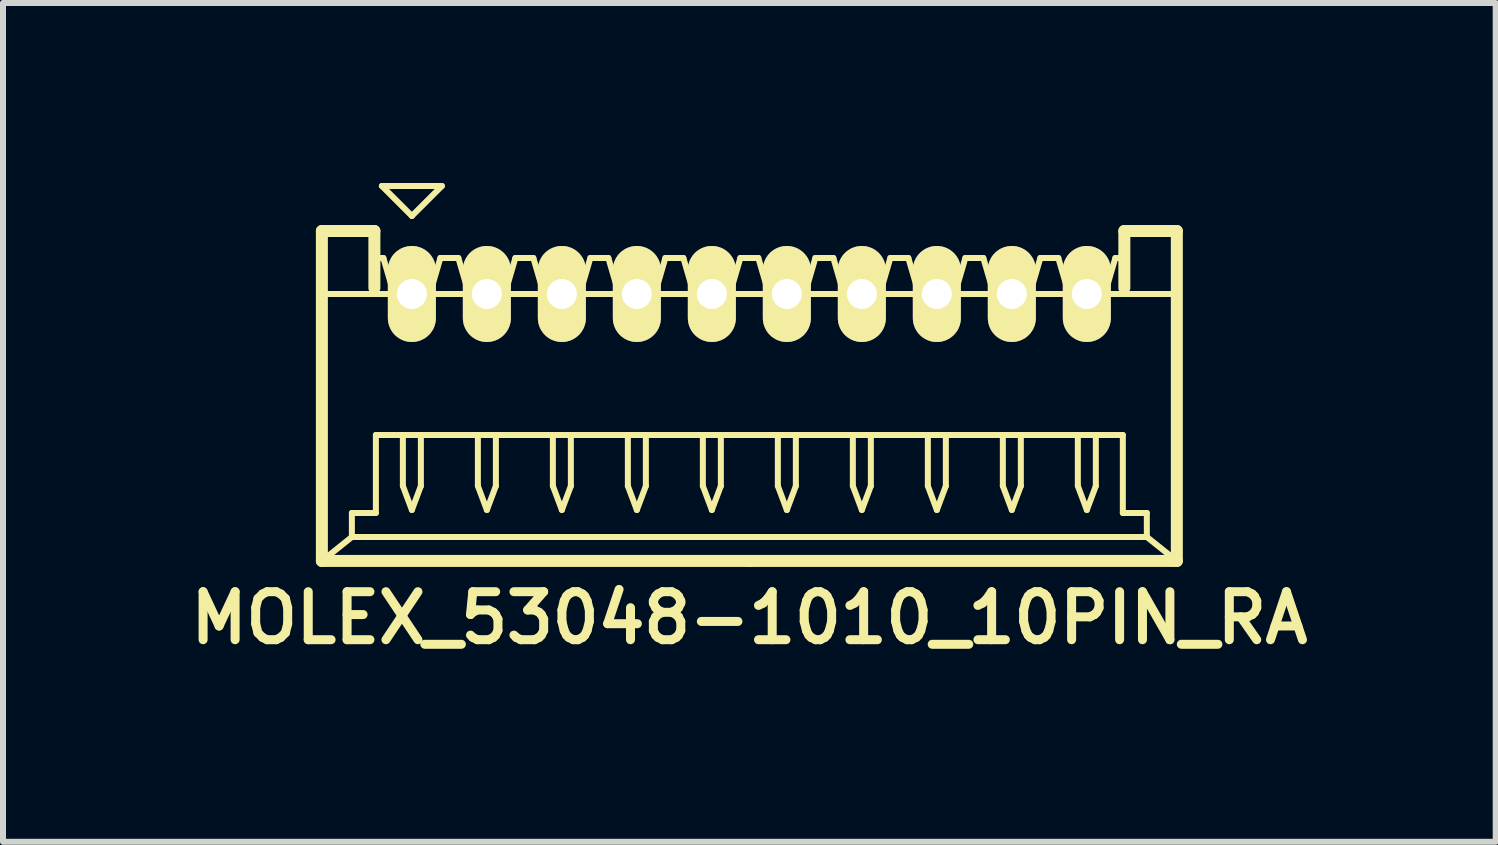
<source format=kicad_pcb>
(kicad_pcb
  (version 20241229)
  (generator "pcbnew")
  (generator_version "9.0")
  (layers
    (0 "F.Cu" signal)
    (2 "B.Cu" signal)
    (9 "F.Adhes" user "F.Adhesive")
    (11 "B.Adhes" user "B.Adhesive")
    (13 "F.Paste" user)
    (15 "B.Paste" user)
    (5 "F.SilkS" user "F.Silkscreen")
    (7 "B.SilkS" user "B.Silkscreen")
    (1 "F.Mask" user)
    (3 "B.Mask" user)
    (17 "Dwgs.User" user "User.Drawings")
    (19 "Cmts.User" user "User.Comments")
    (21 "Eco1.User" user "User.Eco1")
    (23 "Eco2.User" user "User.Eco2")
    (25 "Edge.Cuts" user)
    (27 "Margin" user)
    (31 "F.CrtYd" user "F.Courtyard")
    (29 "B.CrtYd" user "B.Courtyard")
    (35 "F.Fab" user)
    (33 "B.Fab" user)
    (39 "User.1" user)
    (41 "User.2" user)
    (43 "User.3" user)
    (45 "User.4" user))
  (footprint "MOLEX_53048-1010_10PIN_RA"
    (layer "F.Cu")
    (at 9.44 3.55)
    (property "Reference" "MOLEX_53048-1010_10PIN_RA" (at 0 3.7 0) (layer "F.SilkS") (effects (font (size 0.8 0.8) (thickness 0.15))))
    (attr through_hole)
    (fp_line (start -7.125 -2.75) (end -6.25 -2.75) (stroke (width 0.2) (type solid)) (layer "F.SilkS"))
    (fp_line (start -7.125 -1.7) (end 7.125 -1.7) (stroke (width 0.1) (type solid)) (layer "F.SilkS"))
    (fp_line (start -7.125 2.75) (end -7.125 -2.75) (stroke (width 0.2) (type solid)) (layer "F.SilkS"))
    (fp_line (start -6.625 1.95) (end -6.625 2.35) (stroke (width 0.1) (type solid)) (layer "F.SilkS"))
    (fp_line (start -6.625 2.35) (end -7.125 2.75) (stroke (width 0.1) (type solid)) (layer "F.SilkS"))
    (fp_line (start -6.625 2.35) (end 0 2.35) (stroke (width 0.1) (type solid)) (layer "F.SilkS"))
    (fp_line (start -6.25 -2.75) (end -6.25 -1.8) (stroke (width 0.2) (type solid)) (layer "F.SilkS"))
    (fp_line (start -6.25 -2.3) (end -6.1 -2.3) (stroke (width 0.1) (type solid)) (layer "F.SilkS"))
    (fp_line (start -6.225 0.65) (end -6.225 1.95) (stroke (width 0.1) (type solid)) (layer "F.SilkS"))
    (fp_line (start -6.225 1.95) (end -6.625 1.95) (stroke (width 0.1) (type solid)) (layer "F.SilkS"))
    (fp_line (start -6.125 -3.5) (end -5.625 -3) (stroke (width 0.1) (type solid)) (layer "F.SilkS"))
    (fp_line (start -6.1 -2.3) (end -5.925 -1.7) (stroke (width 0.1) (type solid)) (layer "F.SilkS"))
    (fp_line (start -5.925 -1.7) (end -5.325 -1.7) (stroke (width 0.1) (type solid)) (layer "F.SilkS"))
    (fp_line (start -5.775 0.65) (end -5.775 1.5) (stroke (width 0.1) (type solid)) (layer "F.SilkS"))
    (fp_line (start -5.775 1.5) (end -5.625 1.9) (stroke (width 0.1) (type solid)) (layer "F.SilkS"))
    (fp_line (start -5.625 -3) (end -5.125 -3.5) (stroke (width 0.1) (type solid)) (layer "F.SilkS"))
    (fp_line (start -5.625 1.9) (end -5.475 1.5) (stroke (width 0.1) (type solid)) (layer "F.SilkS"))
    (fp_line (start -5.475 1.5) (end -5.475 0.65) (stroke (width 0.1) (type solid)) (layer "F.SilkS"))
    (fp_line (start -5.325 -1.7) (end -5.15 -2.3) (stroke (width 0.1) (type solid)) (layer "F.SilkS"))
    (fp_line (start -5.15 -2.3) (end -5 -2.3) (stroke (width 0.1) (type solid)) (layer "F.SilkS"))
    (fp_line (start -5.125 -3.5) (end -6.125 -3.5) (stroke (width 0.1) (type solid)) (layer "F.SilkS"))
    (fp_line (start -5 -2.3) (end -4.85 -2.3) (stroke (width 0.1) (type solid)) (layer "F.SilkS"))
    (fp_line (start -4.85 -2.3) (end -4.675 -1.7) (stroke (width 0.1) (type solid)) (layer "F.SilkS"))
    (fp_line (start -4.675 -1.7) (end -4.075 -1.7) (stroke (width 0.1) (type solid)) (layer "F.SilkS"))
    (fp_line (start -4.525 0.65) (end -4.525 1.5) (stroke (width 0.1) (type solid)) (layer "F.SilkS"))
    (fp_line (start -4.525 1.5) (end -4.375 1.9) (stroke (width 0.1) (type solid)) (layer "F.SilkS"))
    (fp_line (start -4.375 1.9) (end -4.225 1.5) (stroke (width 0.1) (type solid)) (layer "F.SilkS"))
    (fp_line (start -4.225 1.5) (end -4.225 0.65) (stroke (width 0.1) (type solid)) (layer "F.SilkS"))
    (fp_line (start -4.075 -1.7) (end -3.9 -2.3) (stroke (width 0.1) (type solid)) (layer "F.SilkS"))
    (fp_line (start -3.9 -2.3) (end -3.75 -2.3) (stroke (width 0.1) (type solid)) (layer "F.SilkS"))
    (fp_line (start -3.75 -2.3) (end -3.6 -2.3) (stroke (width 0.1) (type solid)) (layer "F.SilkS"))
    (fp_line (start -3.6 -2.3) (end -3.425 -1.7) (stroke (width 0.1) (type solid)) (layer "F.SilkS"))
    (fp_line (start -3.425 -1.7) (end -2.825 -1.7) (stroke (width 0.1) (type solid)) (layer "F.SilkS"))
    (fp_line (start -3.275 0.65) (end -3.275 1.5) (stroke (width 0.1) (type solid)) (layer "F.SilkS"))
    (fp_line (start -3.275 1.5) (end -3.125 1.9) (stroke (width 0.1) (type solid)) (layer "F.SilkS"))
    (fp_line (start -3.125 1.9) (end -2.975 1.5) (stroke (width 0.1) (type solid)) (layer "F.SilkS"))
    (fp_line (start -2.975 1.5) (end -2.975 0.65) (stroke (width 0.1) (type solid)) (layer "F.SilkS"))
    (fp_line (start -2.825 -1.7) (end -2.65 -2.3) (stroke (width 0.1) (type solid)) (layer "F.SilkS"))
    (fp_line (start -2.65 -2.3) (end -2.5 -2.3) (stroke (width 0.1) (type solid)) (layer "F.SilkS"))
    (fp_line (start -2.5 -2.3) (end -2.35 -2.3) (stroke (width 0.1) (type solid)) (layer "F.SilkS"))
    (fp_line (start -2.35 -2.3) (end -2.175 -1.7) (stroke (width 0.1) (type solid)) (layer "F.SilkS"))
    (fp_line (start -2.175 -1.7) (end -1.575 -1.7) (stroke (width 0.1) (type solid)) (layer "F.SilkS"))
    (fp_line (start -2.025 0.65) (end -2.025 1.5) (stroke (width 0.1) (type solid)) (layer "F.SilkS"))
    (fp_line (start -2.025 1.5) (end -1.875 1.9) (stroke (width 0.1) (type solid)) (layer "F.SilkS"))
    (fp_line (start -1.875 1.9) (end -1.725 1.5) (stroke (width 0.1) (type solid)) (layer "F.SilkS"))
    (fp_line (start -1.725 1.5) (end -1.725 0.65) (stroke (width 0.1) (type solid)) (layer "F.SilkS"))
    (fp_line (start -1.575 -1.7) (end -1.4 -2.3) (stroke (width 0.1) (type solid)) (layer "F.SilkS"))
    (fp_line (start -1.4 -2.3) (end -1.25 -2.3) (stroke (width 0.1) (type solid)) (layer "F.SilkS"))
    (fp_line (start -1.25 -2.3) (end -1.1 -2.3) (stroke (width 0.1) (type solid)) (layer "F.SilkS"))
    (fp_line (start -1.1 -2.3) (end -0.925 -1.7) (stroke (width 0.1) (type solid)) (layer "F.SilkS"))
    (fp_line (start -0.925 -1.7) (end -0.325 -1.7) (stroke (width 0.1) (type solid)) (layer "F.SilkS"))
    (fp_line (start -0.775 0.65) (end -0.775 1.5) (stroke (width 0.1) (type solid)) (layer "F.SilkS"))
    (fp_line (start -0.775 1.5) (end -0.625 1.9) (stroke (width 0.1) (type solid)) (layer "F.SilkS"))
    (fp_line (start -0.625 1.9) (end -0.475 1.5) (stroke (width 0.1) (type solid)) (layer "F.SilkS"))
    (fp_line (start -0.475 1.5) (end -0.475 0.65) (stroke (width 0.1) (type solid)) (layer "F.SilkS"))
    (fp_line (start -0.325 -1.7) (end -0.15 -2.3) (stroke (width 0.1) (type solid)) (layer "F.SilkS"))
    (fp_line (start -0.15 -2.3) (end 0 -2.3) (stroke (width 0.1) (type solid)) (layer "F.SilkS"))
    (fp_line (start 0 -2.3) (end 0.15 -2.3) (stroke (width 0.1) (type solid)) (layer "F.SilkS"))
    (fp_line (start 0 0.65) (end -6.225 0.65) (stroke (width 0.1) (type solid)) (layer "F.SilkS"))
    (fp_line (start 0 0.65) (end 6.225 0.65) (stroke (width 0.1) (type solid)) (layer "F.SilkS"))
    (fp_line (start 0 2.75) (end -7.125 2.75) (stroke (width 0.2) (type solid)) (layer "F.SilkS"))
    (fp_line (start 0 2.75) (end 7.125 2.75) (stroke (width 0.2) (type solid)) (layer "F.SilkS"))
    (fp_line (start 0.15 -2.3) (end 0.325 -1.7) (stroke (width 0.1) (type solid)) (layer "F.SilkS"))
    (fp_line (start 0.325 -1.7) (end 0.925 -1.7) (stroke (width 0.1) (type solid)) (layer "F.SilkS"))
    (fp_line (start 0.475 0.65) (end 0.475 1.5) (stroke (width 0.1) (type solid)) (layer "F.SilkS"))
    (fp_line (start 0.475 1.5) (end 0.625 1.9) (stroke (width 0.1) (type solid)) (layer "F.SilkS"))
    (fp_line (start 0.625 1.9) (end 0.775 1.5) (stroke (width 0.1) (type solid)) (layer "F.SilkS"))
    (fp_line (start 0.775 1.5) (end 0.775 0.65) (stroke (width 0.1) (type solid)) (layer "F.SilkS"))
    (fp_line (start 0.925 -1.7) (end 1.1 -2.3) (stroke (width 0.1) (type solid)) (layer "F.SilkS"))
    (fp_line (start 1.1 -2.3) (end 1.25 -2.3) (stroke (width 0.1) (type solid)) (layer "F.SilkS"))
    (fp_line (start 1.25 -2.3) (end 1.4 -2.3) (stroke (width 0.1) (type solid)) (layer "F.SilkS"))
    (fp_line (start 1.4 -2.3) (end 1.575 -1.7) (stroke (width 0.1) (type solid)) (layer "F.SilkS"))
    (fp_line (start 1.575 -1.7) (end 2.175 -1.7) (stroke (width 0.1) (type solid)) (layer "F.SilkS"))
    (fp_line (start 1.725 0.65) (end 1.725 1.5) (stroke (width 0.1) (type solid)) (layer "F.SilkS"))
    (fp_line (start 1.725 1.5) (end 1.875 1.9) (stroke (width 0.1) (type solid)) (layer "F.SilkS"))
    (fp_line (start 1.875 1.9) (end 2.025 1.5) (stroke (width 0.1) (type solid)) (layer "F.SilkS"))
    (fp_line (start 2.025 1.5) (end 2.025 0.65) (stroke (width 0.1) (type solid)) (layer "F.SilkS"))
    (fp_line (start 2.175 -1.7) (end 2.35 -2.3) (stroke (width 0.1) (type solid)) (layer "F.SilkS"))
    (fp_line (start 2.35 -2.3) (end 2.5 -2.3) (stroke (width 0.1) (type solid)) (layer "F.SilkS"))
    (fp_line (start 2.5 -2.3) (end 2.65 -2.3) (stroke (width 0.1) (type solid)) (layer "F.SilkS"))
    (fp_line (start 2.65 -2.3) (end 2.825 -1.7) (stroke (width 0.1) (type solid)) (layer "F.SilkS"))
    (fp_line (start 2.825 -1.7) (end 3.425 -1.7) (stroke (width 0.1) (type solid)) (layer "F.SilkS"))
    (fp_line (start 2.975 0.65) (end 2.975 1.5) (stroke (width 0.1) (type solid)) (layer "F.SilkS"))
    (fp_line (start 2.975 1.5) (end 3.125 1.9) (stroke (width 0.1) (type solid)) (layer "F.SilkS"))
    (fp_line (start 3.125 1.9) (end 3.275 1.5) (stroke (width 0.1) (type solid)) (layer "F.SilkS"))
    (fp_line (start 3.275 1.5) (end 3.275 0.65) (stroke (width 0.1) (type solid)) (layer "F.SilkS"))
    (fp_line (start 3.425 -1.7) (end 3.6 -2.3) (stroke (width 0.1) (type solid)) (layer "F.SilkS"))
    (fp_line (start 3.6 -2.3) (end 3.75 -2.3) (stroke (width 0.1) (type solid)) (layer "F.SilkS"))
    (fp_line (start 3.75 -2.3) (end 3.9 -2.3) (stroke (width 0.1) (type solid)) (layer "F.SilkS"))
    (fp_line (start 3.9 -2.3) (end 4.075 -1.7) (stroke (width 0.1) (type solid)) (layer "F.SilkS"))
    (fp_line (start 4.075 -1.7) (end 4.675 -1.7) (stroke (width 0.1) (type solid)) (layer "F.SilkS"))
    (fp_line (start 4.225 0.65) (end 4.225 1.5) (stroke (width 0.1) (type solid)) (layer "F.SilkS"))
    (fp_line (start 4.225 1.5) (end 4.375 1.9) (stroke (width 0.1) (type solid)) (layer "F.SilkS"))
    (fp_line (start 4.375 1.9) (end 4.525 1.5) (stroke (width 0.1) (type solid)) (layer "F.SilkS"))
    (fp_line (start 4.525 1.5) (end 4.525 0.65) (stroke (width 0.1) (type solid)) (layer "F.SilkS"))
    (fp_line (start 4.675 -1.7) (end 4.85 -2.3) (stroke (width 0.1) (type solid)) (layer "F.SilkS"))
    (fp_line (start 4.85 -2.3) (end 5 -2.3) (stroke (width 0.1) (type solid)) (layer "F.SilkS"))
    (fp_line (start 5 -2.3) (end 5.15 -2.3) (stroke (width 0.1) (type solid)) (layer "F.SilkS"))
    (fp_line (start 5.15 -2.3) (end 5.325 -1.7) (stroke (width 0.1) (type solid)) (layer "F.SilkS"))
    (fp_line (start 5.325 -1.7) (end 5.925 -1.7) (stroke (width 0.1) (type solid)) (layer "F.SilkS"))
    (fp_line (start 5.475 0.65) (end 5.475 1.5) (stroke (width 0.1) (type solid)) (layer "F.SilkS"))
    (fp_line (start 5.475 1.5) (end 5.625 1.9) (stroke (width 0.1) (type solid)) (layer "F.SilkS"))
    (fp_line (start 5.625 1.9) (end 5.775 1.5) (stroke (width 0.1) (type solid)) (layer "F.SilkS"))
    (fp_line (start 5.775 1.5) (end 5.775 0.65) (stroke (width 0.1) (type solid)) (layer "F.SilkS"))
    (fp_line (start 5.925 -1.7) (end 6.1 -2.3) (stroke (width 0.1) (type solid)) (layer "F.SilkS"))
    (fp_line (start 6.1 -2.3) (end 6.25 -2.3) (stroke (width 0.1) (type solid)) (layer "F.SilkS"))
    (fp_line (start 6.225 0.65) (end 6.225 1.95) (stroke (width 0.1) (type solid)) (layer "F.SilkS"))
    (fp_line (start 6.225 1.95) (end 6.625 1.95) (stroke (width 0.1) (type solid)) (layer "F.SilkS"))
    (fp_line (start 6.25 -2.75) (end 6.25 -1.8) (stroke (width 0.2) (type solid)) (layer "F.SilkS"))
    (fp_line (start 6.625 1.95) (end 6.625 2.35) (stroke (width 0.1) (type solid)) (layer "F.SilkS"))
    (fp_line (start 6.625 2.35) (end 0 2.35) (stroke (width 0.1) (type solid)) (layer "F.SilkS"))
    (fp_line (start 6.625 2.35) (end 7.125 2.75) (stroke (width 0.1) (type solid)) (layer "F.SilkS"))
    (fp_line (start 7.125 -2.75) (end 6.25 -2.75) (stroke (width 0.2) (type solid)) (layer "F.SilkS"))
    (fp_line (start 7.125 2.75) (end 7.125 -2.75) (stroke (width 0.2) (type solid)) (layer "F.SilkS"))
    (pad "1" thru_hole oval (at -5.625 -1.7) (size 0.8 1.6) (drill 0.5) (layers "*.Cu" "*.Mask" "F.SilkS"))
    (pad "2" thru_hole oval (at -4.375 -1.7) (size 0.8 1.6) (drill 0.5) (layers "*.Cu" "*.Mask" "F.SilkS"))
    (pad "3" thru_hole oval (at -3.125 -1.7) (size 0.8 1.6) (drill 0.5) (layers "*.Cu" "*.Mask" "F.SilkS"))
    (pad "4" thru_hole oval (at -1.875 -1.7) (size 0.8 1.6) (drill 0.5) (layers "*.Cu" "*.Mask" "F.SilkS"))
    (pad "5" thru_hole oval (at -0.625 -1.7) (size 0.8 1.6) (drill 0.5) (layers "*.Cu" "*.Mask" "F.SilkS"))
    (pad "6" thru_hole oval (at 0.625 -1.7) (size 0.8 1.6) (drill 0.5) (layers "*.Cu" "*.Mask" "F.SilkS"))
    (pad "7" thru_hole oval (at 1.875 -1.7) (size 0.8 1.6) (drill 0.5) (layers "*.Cu" "*.Mask" "F.SilkS"))
    (pad "8" thru_hole oval (at 3.125 -1.7) (size 0.8 1.6) (drill 0.5) (layers "*.Cu" "*.Mask" "F.SilkS"))
    (pad "9" thru_hole oval (at 4.375 -1.7) (size 0.8 1.6) (drill 0.5) (layers "*.Cu" "*.Mask" "F.SilkS"))
    (pad "10" thru_hole oval (at 5.625 -1.7) (size 0.8 1.6) (drill 0.5) (layers "*.Cu" "*.Mask" "F.SilkS")))
  (gr_rect
    (start -3 -3)
    (end 21.88 10.981)
    (stroke (width 0.1) (type default))
    (fill no)
    (layer "Edge.Cuts")))
</source>
